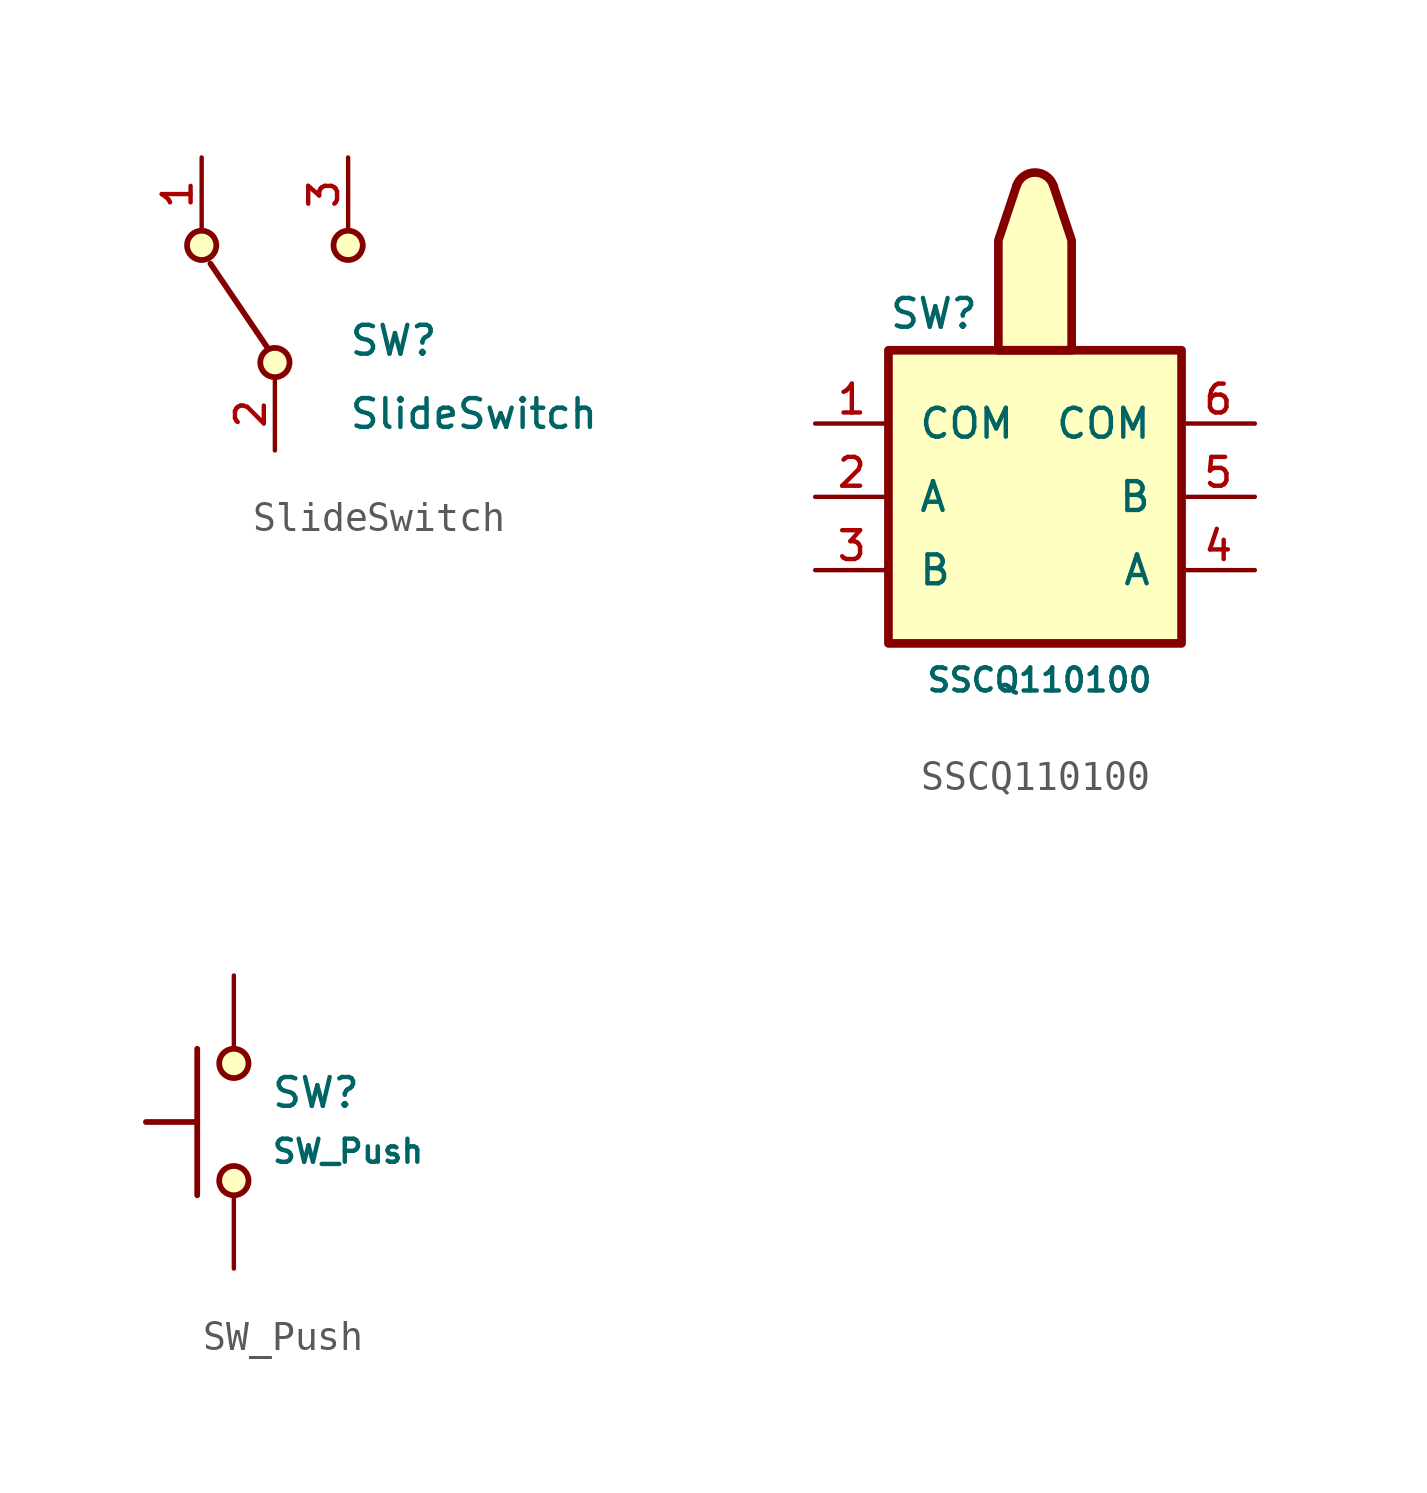
<source format=kicad_sym>
(kicad_symbol_lib
  (version 20201005)
  (generator kicad_symbol_editor)
  (symbol "HDLib_Switch:SlideSwitch"
    (pin_names
      (offset 0) hide)
    (property "Reference" "SW"
      (at 2.54 -2.54 0)
      (effects (font (size 1 1)) (justify left)))
    (property "Value" "SlideSwitch"
      (at 2.54 -5.08 0)
      (effects (font (size 1 1)) (justify left)))
    (symbol "SlideSwitch_0_0"
      (circle (center 0 -3.302) (radius 0.508) (stroke (width 0.2)) (fill (type background)))
      (circle (center 2.54 0.762) (radius 0.508) (stroke (width 0.2)) (fill (type background))))
    (symbol "SlideSwitch_0_1"
      (circle (center -2.54 0.762) (radius 0.508) (stroke (width 0.2)) (fill (type background)))
      (polyline (pts (xy -0.254 -2.794) (xy -2.235 0.127)) (stroke (width 0.2)) (fill (type none))))
    (symbol "SlideSwitch_1_1"
      (pin passive line (at -2.54 3.81 270) (length 2.54) (name "A" (effects (font (size 1 1)))) (number "1" (effects (font (size 1 1)))))
      (pin passive line (at 0 -6.35 90) (length 2.54) (name "B" (effects (font (size 1 1)))) (number "2" (effects (font (size 1 1)))))
      (pin passive line (at 2.54 3.81 270) (length 2.54) (name "C" (effects (font (size 1 1)))) (number "3" (effects (font (size 1 1)))))))
  (symbol "HDLib_Switch:SSCQ110100"
    (pin_names
      (offset 1.016))
    (property "Reference" "SW"
      (at -5.08 6.35 0)
      (effects (font (size 1 1)) (justify left)))
    (property "Value" "SSCQ110100"
      (at -3.81 -6.35 0)
      (effects (font (size 0.8 0.8)) (justify left)))
    (symbol "SSCQ110100_0_1"
      (arc (start -0.635 10.795) (end 0.635 10.795) (radius (at 0 10.5658) (length 0.6751) (angles 160.2 19.8)) (stroke (width 0.3)) (fill (type background)))
      (rectangle (start -5.08 5.08) (end 5.08 -5.08) (stroke (width 0.3)) (fill (type background)))
      (polyline (pts (xy -0.635 10.795) (xy -1.27 8.89) (xy -1.27 5.08) (xy 1.27 5.08) (xy 1.27 8.89) (xy 0.635 10.795)) (stroke (width 0.3)) (fill (type background))))
    (symbol "SSCQ110100_1_1"
      (pin passive line (at -7.62 2.54 0) (length 2.54) (name "COM" (effects (font (size 1 1)))) (number "1" (effects (font (size 1 1)))))
      (pin passive line (at -7.62 0 0) (length 2.54) (name "A" (effects (font (size 1 1)))) (number "2" (effects (font (size 1 1)))))
      (pin passive line (at -7.62 -2.54 0) (length 2.54) (name "B" (effects (font (size 1 1)))) (number "3" (effects (font (size 1 1)))))
      (pin passive line (at 7.62 -2.54 180) (length 2.54) (name "A" (effects (font (size 1 1)))) (number "4" (effects (font (size 1 1)))))
      (pin passive line (at 7.62 0 180) (length 2.54) (name "B" (effects (font (size 1 1)))) (number "5" (effects (font (size 1 1)))))
      (pin passive line (at 7.62 2.54 180) (length 2.54) (name "COM" (effects (font (size 1 1)))) (number "6" (effects (font (size 1 1)))))))
  (symbol "HDLib_Switch:SW_Push"
    (pin_numbers hide)
    (pin_names
      (offset 1.016) hide)
    (property "Reference" "SW"
      (at 1.27 1.016 0)
      (effects (font (size 1 1)) (justify left)))
    (property "Value" "SW_Push"
      (at 1.27 -1.016 0)
      (effects (font (size 0.8 0.8)) (justify left)))
    (symbol "SW_Push_0_1"
      (circle (center 0 -2.032) (radius 0.508) (stroke (width 0.2)) (fill (type background)))
      (circle (center 0 2.032) (radius 0.508) (stroke (width 0.2)) (fill (type background)))
      (polyline (pts (xy -1.27 0) (xy -3.048 0)) (stroke (width 0.2)) (fill (type none)))
      (polyline (pts (xy -1.27 2.54) (xy -1.27 -2.54)) (stroke (width 0.2)) (fill (type none)))
      (pin passive line (at 0 -5.08 90) (length 2.54) (name "1" (effects (font (size 1.27 1.27)))) (number "1" (effects (font (size 1.27 1.27)))))
      (pin passive line (at 0 5.08 270) (length 2.54) (name "2" (effects (font (size 1.27 1.27)))) (number "2" (effects (font (size 1.27 1.27))))))))
</source>
